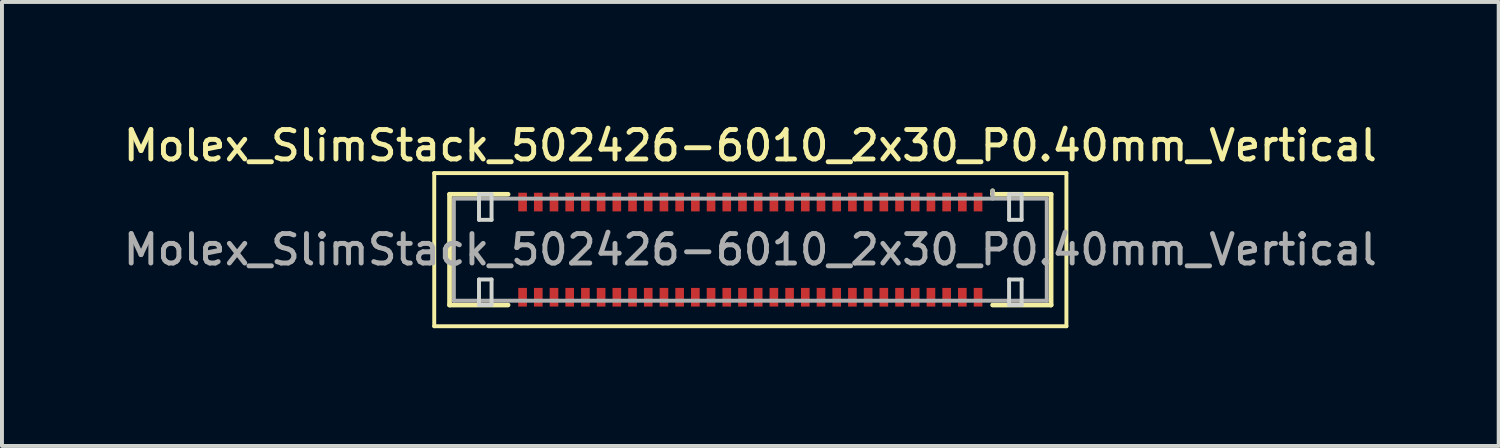
<source format=kicad_pcb>
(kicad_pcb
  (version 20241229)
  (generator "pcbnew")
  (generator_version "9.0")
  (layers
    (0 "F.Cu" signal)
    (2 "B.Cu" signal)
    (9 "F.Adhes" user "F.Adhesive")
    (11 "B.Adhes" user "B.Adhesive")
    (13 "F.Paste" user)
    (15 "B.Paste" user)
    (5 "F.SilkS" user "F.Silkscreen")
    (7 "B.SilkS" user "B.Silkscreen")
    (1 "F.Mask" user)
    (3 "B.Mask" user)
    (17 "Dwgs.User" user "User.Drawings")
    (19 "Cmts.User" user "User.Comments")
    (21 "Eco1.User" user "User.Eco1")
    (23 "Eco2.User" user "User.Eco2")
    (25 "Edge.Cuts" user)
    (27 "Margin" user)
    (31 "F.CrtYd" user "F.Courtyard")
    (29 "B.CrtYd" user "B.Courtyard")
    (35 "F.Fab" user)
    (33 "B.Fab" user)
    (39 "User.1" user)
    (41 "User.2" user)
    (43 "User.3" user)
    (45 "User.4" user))
  (footprint "Molex_SlimStack_502426-6010_2x30_P0.40mm_Vertical"
    (layer "F.Cu")
    (at 16.059 3.308)
    (property "Reference" "Molex_SlimStack_502426-6010_2x30_P0.40mm_Vertical" (at 0 -2.65 0) (layer "F.SilkS") (effects (font (size 0.75 0.75) (thickness 0.125))))
    (attr smd)
    (fp_line (start -8.05 -1.95) (end -8.05 1.95) (stroke (width 0.1) (type solid)) (layer "F.SilkS"))
    (fp_line (start -8.05 1.95) (end 8.05 1.95) (stroke (width 0.1) (type solid)) (layer "F.SilkS"))
    (fp_line (start -7.66 -1.41) (end -6.17 -1.41) (stroke (width 0.12) (type solid)) (layer "F.SilkS"))
    (fp_line (start -7.66 1.41) (end -7.66 -1.41) (stroke (width 0.12) (type solid)) (layer "F.SilkS"))
    (fp_line (start -6.17 1.41) (end -7.66 1.41) (stroke (width 0.12) (type solid)) (layer "F.SilkS"))
    (fp_line (start 6.17 -1.41) (end 6.17 -1.5) (stroke (width 0.12) (type solid)) (layer "F.SilkS"))
    (fp_line (start 6.17 1.41) (end 7.66 1.41) (stroke (width 0.12) (type solid)) (layer "F.SilkS"))
    (fp_line (start 7.66 -1.41) (end 6.17 -1.41) (stroke (width 0.12) (type solid)) (layer "F.SilkS"))
    (fp_line (start 7.66 1.41) (end 7.66 -1.41) (stroke (width 0.12) (type solid)) (layer "F.SilkS"))
    (fp_line (start 8.05 -1.95) (end -8.05 -1.95) (stroke (width 0.1) (type solid)) (layer "F.SilkS"))
    (fp_line (start 8.05 1.95) (end 8.05 -1.95) (stroke (width 0.1) (type solid)) (layer "F.SilkS"))
    (fp_line (start -6.91 -1.41) (end -6.91 -0.76) (stroke (width 0.1) (type solid)) (layer "Edge.Cuts"))
    (fp_line (start -6.91 -0.76) (end -6.59 -0.76) (stroke (width 0.1) (type solid)) (layer "Edge.Cuts"))
    (fp_line (start -6.91 0.76) (end -6.91 1.41) (stroke (width 0.1) (type solid)) (layer "Edge.Cuts"))
    (fp_line (start -6.91 1.41) (end -6.59 1.41) (stroke (width 0.1) (type solid)) (layer "Edge.Cuts"))
    (fp_line (start -6.59 -1.41) (end -6.91 -1.41) (stroke (width 0.1) (type solid)) (layer "Edge.Cuts"))
    (fp_line (start -6.59 -0.76) (end -6.59 -1.41) (stroke (width 0.1) (type solid)) (layer "Edge.Cuts"))
    (fp_line (start -6.59 0.76) (end -6.91 0.76) (stroke (width 0.1) (type solid)) (layer "Edge.Cuts"))
    (fp_line (start -6.59 1.41) (end -6.59 0.76) (stroke (width 0.1) (type solid)) (layer "Edge.Cuts"))
    (fp_line (start 6.59 -1.41) (end 6.59 -0.76) (stroke (width 0.1) (type solid)) (layer "Edge.Cuts"))
    (fp_line (start 6.59 -0.76) (end 6.91 -0.76) (stroke (width 0.1) (type solid)) (layer "Edge.Cuts"))
    (fp_line (start 6.59 0.76) (end 6.59 1.41) (stroke (width 0.1) (type solid)) (layer "Edge.Cuts"))
    (fp_line (start 6.59 1.41) (end 6.91 1.41) (stroke (width 0.1) (type solid)) (layer "Edge.Cuts"))
    (fp_line (start 6.91 -1.41) (end 6.59 -1.41) (stroke (width 0.1) (type solid)) (layer "Edge.Cuts"))
    (fp_line (start 6.91 -0.76) (end 6.91 -1.41) (stroke (width 0.1) (type solid)) (layer "Edge.Cuts"))
    (fp_line (start 6.91 0.76) (end 6.59 0.76) (stroke (width 0.1) (type solid)) (layer "Edge.Cuts"))
    (fp_line (start 6.91 1.41) (end 6.91 0.76) (stroke (width 0.1) (type solid)) (layer "Edge.Cuts"))
    (fp_line (start -7.55 -1.3) (end -7.55 1.3) (stroke (width 0.1) (type solid)) (layer "F.Fab"))
    (fp_line (start -7.55 1.3) (end 7.55 1.3) (stroke (width 0.1) (type solid)) (layer "F.Fab"))
    (fp_line (start 6.17 -1.3) (end 6.17 -1.5) (stroke (width 0.1) (type solid)) (layer "F.Fab"))
    (fp_line (start 7.55 -1.3) (end -7.55 -1.3) (stroke (width 0.1) (type solid)) (layer "F.Fab"))
    (fp_line (start 7.55 1.3) (end 7.55 -1.3) (stroke (width 0.1) (type solid)) (layer "F.Fab"))
    (fp_text user "${REFERENCE}" (at 0 0 0) (layer "F.Fab") (effects (font (size 0.75 0.75) (thickness 0.125))))
    (pad "1" smd rect (at 5.8 -1.212) (size 0.22 0.475) (layers "F.Cu" "F.Mask" "F.Paste"))
    (pad "2" smd rect (at 5.8 1.212) (size 0.22 0.475) (layers "F.Cu" "F.Mask" "F.Paste"))
    (pad "3" smd rect (at 5.4 -1.212) (size 0.22 0.475) (layers "F.Cu" "F.Mask" "F.Paste"))
    (pad "4" smd rect (at 5.4 1.212) (size 0.22 0.475) (layers "F.Cu" "F.Mask" "F.Paste"))
    (pad "5" smd rect (at 5 -1.212) (size 0.22 0.475) (layers "F.Cu" "F.Mask" "F.Paste"))
    (pad "6" smd rect (at 5 1.212) (size 0.22 0.475) (layers "F.Cu" "F.Mask" "F.Paste"))
    (pad "7" smd rect (at 4.6 -1.212) (size 0.22 0.475) (layers "F.Cu" "F.Mask" "F.Paste"))
    (pad "8" smd rect (at 4.6 1.212) (size 0.22 0.475) (layers "F.Cu" "F.Mask" "F.Paste"))
    (pad "9" smd rect (at 4.2 -1.212) (size 0.22 0.475) (layers "F.Cu" "F.Mask" "F.Paste"))
    (pad "10" smd rect (at 4.2 1.212) (size 0.22 0.475) (layers "F.Cu" "F.Mask" "F.Paste"))
    (pad "11" smd rect (at 3.8 -1.212) (size 0.22 0.475) (layers "F.Cu" "F.Mask" "F.Paste"))
    (pad "12" smd rect (at 3.8 1.212) (size 0.22 0.475) (layers "F.Cu" "F.Mask" "F.Paste"))
    (pad "13" smd rect (at 3.4 -1.212) (size 0.22 0.475) (layers "F.Cu" "F.Mask" "F.Paste"))
    (pad "14" smd rect (at 3.4 1.212) (size 0.22 0.475) (layers "F.Cu" "F.Mask" "F.Paste"))
    (pad "15" smd rect (at 3 -1.212) (size 0.22 0.475) (layers "F.Cu" "F.Mask" "F.Paste"))
    (pad "16" smd rect (at 3 1.212) (size 0.22 0.475) (layers "F.Cu" "F.Mask" "F.Paste"))
    (pad "17" smd rect (at 2.6 -1.212) (size 0.22 0.475) (layers "F.Cu" "F.Mask" "F.Paste"))
    (pad "18" smd rect (at 2.6 1.212) (size 0.22 0.475) (layers "F.Cu" "F.Mask" "F.Paste"))
    (pad "19" smd rect (at 2.2 -1.212) (size 0.22 0.475) (layers "F.Cu" "F.Mask" "F.Paste"))
    (pad "20" smd rect (at 2.2 1.212) (size 0.22 0.475) (layers "F.Cu" "F.Mask" "F.Paste"))
    (pad "21" smd rect (at 1.8 -1.212) (size 0.22 0.475) (layers "F.Cu" "F.Mask" "F.Paste"))
    (pad "22" smd rect (at 1.8 1.212) (size 0.22 0.475) (layers "F.Cu" "F.Mask" "F.Paste"))
    (pad "23" smd rect (at 1.4 -1.212) (size 0.22 0.475) (layers "F.Cu" "F.Mask" "F.Paste"))
    (pad "24" smd rect (at 1.4 1.212) (size 0.22 0.475) (layers "F.Cu" "F.Mask" "F.Paste"))
    (pad "25" smd rect (at 1 -1.212) (size 0.22 0.475) (layers "F.Cu" "F.Mask" "F.Paste"))
    (pad "26" smd rect (at 1 1.212) (size 0.22 0.475) (layers "F.Cu" "F.Mask" "F.Paste"))
    (pad "27" smd rect (at 0.6 -1.212) (size 0.22 0.475) (layers "F.Cu" "F.Mask" "F.Paste"))
    (pad "28" smd rect (at 0.6 1.212) (size 0.22 0.475) (layers "F.Cu" "F.Mask" "F.Paste"))
    (pad "29" smd rect (at 0.2 -1.212) (size 0.22 0.475) (layers "F.Cu" "F.Mask" "F.Paste"))
    (pad "30" smd rect (at 0.2 1.212) (size 0.22 0.475) (layers "F.Cu" "F.Mask" "F.Paste"))
    (pad "31" smd rect (at -0.2 -1.212) (size 0.22 0.475) (layers "F.Cu" "F.Mask" "F.Paste"))
    (pad "32" smd rect (at -0.2 1.212) (size 0.22 0.475) (layers "F.Cu" "F.Mask" "F.Paste"))
    (pad "33" smd rect (at -0.6 -1.212) (size 0.22 0.475) (layers "F.Cu" "F.Mask" "F.Paste"))
    (pad "34" smd rect (at -0.6 1.212) (size 0.22 0.475) (layers "F.Cu" "F.Mask" "F.Paste"))
    (pad "35" smd rect (at -1 -1.212) (size 0.22 0.475) (layers "F.Cu" "F.Mask" "F.Paste"))
    (pad "36" smd rect (at -1 1.212) (size 0.22 0.475) (layers "F.Cu" "F.Mask" "F.Paste"))
    (pad "37" smd rect (at -1.4 -1.212) (size 0.22 0.475) (layers "F.Cu" "F.Mask" "F.Paste"))
    (pad "38" smd rect (at -1.4 1.212) (size 0.22 0.475) (layers "F.Cu" "F.Mask" "F.Paste"))
    (pad "39" smd rect (at -1.8 -1.212) (size 0.22 0.475) (layers "F.Cu" "F.Mask" "F.Paste"))
    (pad "40" smd rect (at -1.8 1.212) (size 0.22 0.475) (layers "F.Cu" "F.Mask" "F.Paste"))
    (pad "41" smd rect (at -2.2 -1.212) (size 0.22 0.475) (layers "F.Cu" "F.Mask" "F.Paste"))
    (pad "42" smd rect (at -2.2 1.212) (size 0.22 0.475) (layers "F.Cu" "F.Mask" "F.Paste"))
    (pad "43" smd rect (at -2.6 -1.212) (size 0.22 0.475) (layers "F.Cu" "F.Mask" "F.Paste"))
    (pad "44" smd rect (at -2.6 1.212) (size 0.22 0.475) (layers "F.Cu" "F.Mask" "F.Paste"))
    (pad "45" smd rect (at -3 -1.212) (size 0.22 0.475) (layers "F.Cu" "F.Mask" "F.Paste"))
    (pad "46" smd rect (at -3 1.212) (size 0.22 0.475) (layers "F.Cu" "F.Mask" "F.Paste"))
    (pad "47" smd rect (at -3.4 -1.212) (size 0.22 0.475) (layers "F.Cu" "F.Mask" "F.Paste"))
    (pad "48" smd rect (at -3.4 1.212) (size 0.22 0.475) (layers "F.Cu" "F.Mask" "F.Paste"))
    (pad "49" smd rect (at -3.8 -1.212) (size 0.22 0.475) (layers "F.Cu" "F.Mask" "F.Paste"))
    (pad "50" smd rect (at -3.8 1.212) (size 0.22 0.475) (layers "F.Cu" "F.Mask" "F.Paste"))
    (pad "51" smd rect (at -4.2 -1.212) (size 0.22 0.475) (layers "F.Cu" "F.Mask" "F.Paste"))
    (pad "52" smd rect (at -4.2 1.212) (size 0.22 0.475) (layers "F.Cu" "F.Mask" "F.Paste"))
    (pad "53" smd rect (at -4.6 -1.212) (size 0.22 0.475) (layers "F.Cu" "F.Mask" "F.Paste"))
    (pad "54" smd rect (at -4.6 1.212) (size 0.22 0.475) (layers "F.Cu" "F.Mask" "F.Paste"))
    (pad "55" smd rect (at -5 -1.212) (size 0.22 0.475) (layers "F.Cu" "F.Mask" "F.Paste"))
    (pad "56" smd rect (at -5 1.212) (size 0.22 0.475) (layers "F.Cu" "F.Mask" "F.Paste"))
    (pad "57" smd rect (at -5.4 -1.212) (size 0.22 0.475) (layers "F.Cu" "F.Mask" "F.Paste"))
    (pad "58" smd rect (at -5.4 1.212) (size 0.22 0.475) (layers "F.Cu" "F.Mask" "F.Paste"))
    (pad "59" smd rect (at -5.8 -1.212) (size 0.22 0.475) (layers "F.Cu" "F.Mask" "F.Paste"))
    (pad "60" smd rect (at -5.8 1.212) (size 0.22 0.475) (layers "F.Cu" "F.Mask" "F.Paste")))
  (gr_rect
    (start -3 -3)
    (end 35.118 8.308)
    (stroke (width 0.1) (type default))
    (fill no)
    (layer "Edge.Cuts")))
</source>
